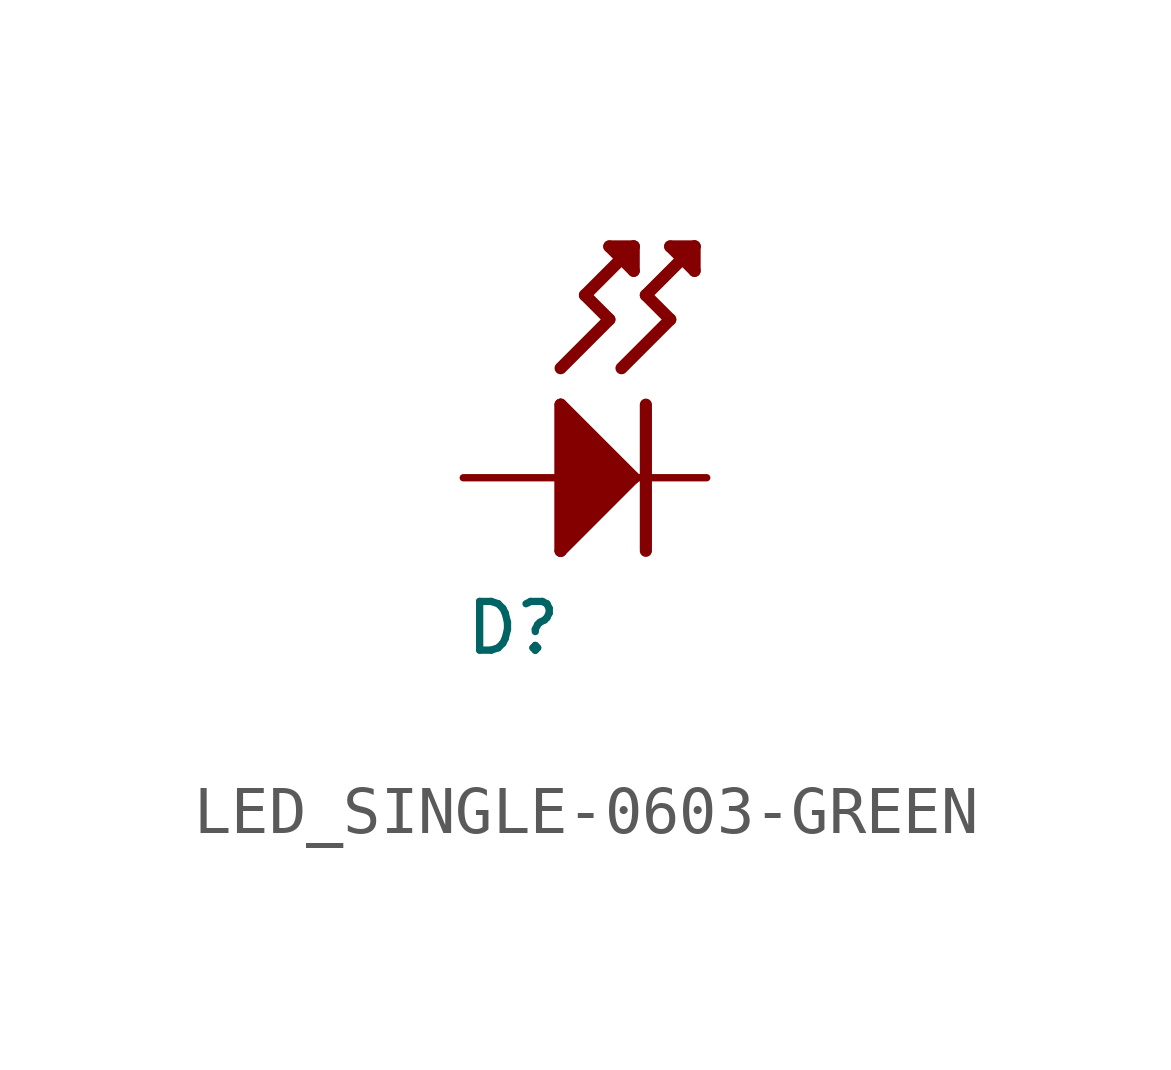
<source format=kicad_sym>
(kicad_symbol_lib
  (version 20231120)
  (generator "kicad_symbol_editor")
  (generator_version "8.0")
  (symbol "LED_SINGLE-0603-GREEN"
    (property "Reference" "D"
      (at -2.54 -2.54 0)
      (effects (font (size 1.016 1.016)) (justify left top)))
    (property "Value" ""
      (at -2.54 -5.08 0)
      (effects (font (size 1.016 1.016)) (justify left bottom)))
    (property "ki_locked" ""
      (at 0 0 0)
      (effects (font (size 1.27 1.27))))
    (symbol "LED_SINGLE-0603-GREEN_1_0"
      (polyline (pts (xy -0.508 -1.524) (xy -0.508 1.524)) (stroke (width 0.254) (type solid)) (fill (type none)))
      (polyline (pts (xy -0.508 1.524) (xy 1.016 0)) (stroke (width 0.254) (type solid)) (fill (type none)))
      (polyline (pts (xy -0.508 2.286) (xy 0.508 3.302)) (stroke (width 0.254) (type solid)) (fill (type none)))
      (polyline (pts (xy 0 3.81) (xy 1.016 4.826)) (stroke (width 0.254) (type solid)) (fill (type none)))
      (polyline (pts (xy 0.508 3.302) (xy 0 3.81)) (stroke (width 0.254) (type solid)) (fill (type none)))
      (polyline (pts (xy 0.508 4.826) (xy 1.016 4.318)) (stroke (width 0.254) (type solid)) (fill (type none)))
      (polyline (pts (xy 0.762 2.286) (xy 1.778 3.302)) (stroke (width 0.254) (type solid)) (fill (type none)))
      (polyline (pts (xy 1.016 0) (xy -0.508 -1.524)) (stroke (width 0.254) (type solid)) (fill (type none)))
      (polyline (pts (xy 1.016 4.318) (xy 1.016 4.826)) (stroke (width 0.254) (type solid)) (fill (type none)))
      (polyline (pts (xy 1.016 4.826) (xy 0.508 4.826)) (stroke (width 0.254) (type solid)) (fill (type none)))
      (polyline (pts (xy 1.27 1.524) (xy 1.27 -1.524)) (stroke (width 0.254) (type solid)) (fill (type none)))
      (polyline (pts (xy 1.27 3.81) (xy 2.286 4.826)) (stroke (width 0.254) (type solid)) (fill (type none)))
      (polyline (pts (xy 1.778 3.302) (xy 1.27 3.81)) (stroke (width 0.254) (type solid)) (fill (type none)))
      (polyline (pts (xy 1.778 4.826) (xy 2.286 4.318)) (stroke (width 0.254) (type solid)) (fill (type none)))
      (polyline (pts (xy 2.286 4.318) (xy 2.286 4.826)) (stroke (width 0.254) (type solid)) (fill (type none)))
      (polyline (pts (xy 2.286 4.826) (xy 1.778 4.826)) (stroke (width 0.254) (type solid)) (fill (type none)))
      (polyline (pts (xy -0.508 -1.524) (xy -0.508 1.524) (xy 1.016 0)) (stroke (width 0.254) (type solid)) (fill (type outline)))
      (pin power_in line (at -2.54 0 0) (length 2.54) (name "ANODE" (effects (font (size 0 0)))) (number "ANODE" (effects (font (size 0 0)))))
      (pin power_in line (at 2.54 0 180) (length 2.54) (name "CATHODE" (effects (font (size 0 0)))) (number "CATHODE" (effects (font (size 0 0))))))))
</source>
